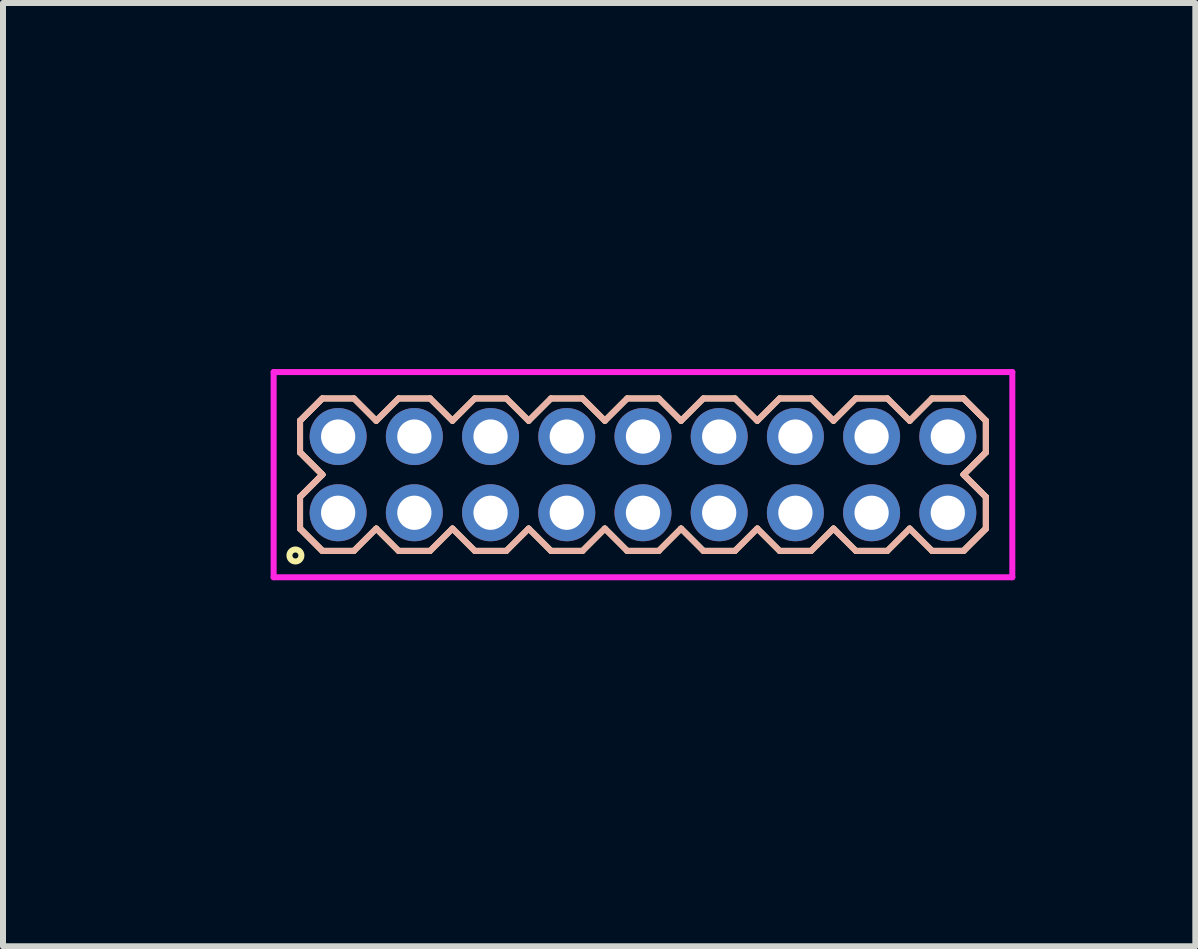
<source format=kicad_pcb>
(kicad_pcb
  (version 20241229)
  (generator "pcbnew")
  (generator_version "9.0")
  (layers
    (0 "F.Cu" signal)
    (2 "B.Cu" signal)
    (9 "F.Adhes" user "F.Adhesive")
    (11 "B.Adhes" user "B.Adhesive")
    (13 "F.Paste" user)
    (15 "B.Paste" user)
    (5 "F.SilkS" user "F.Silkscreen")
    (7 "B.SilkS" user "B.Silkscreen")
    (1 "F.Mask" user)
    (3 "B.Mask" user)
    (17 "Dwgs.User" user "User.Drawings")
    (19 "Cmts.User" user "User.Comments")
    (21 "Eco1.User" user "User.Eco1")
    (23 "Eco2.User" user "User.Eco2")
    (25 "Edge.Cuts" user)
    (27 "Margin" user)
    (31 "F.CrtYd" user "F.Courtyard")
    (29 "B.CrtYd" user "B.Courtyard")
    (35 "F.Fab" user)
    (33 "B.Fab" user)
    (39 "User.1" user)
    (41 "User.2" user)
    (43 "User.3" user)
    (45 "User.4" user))
  (footprint "HDR127P9x2"
    (layer "F.Cu")
    (at 7.665 4.86)
    (property "Reference" "HDR127P9x2" (at -6.905 0 90) (layer "User.1") (effects (font (size 1 1) (thickness 0.1))))
    (attr through_hole)
    (fp_line (start -5.715 -0.898) (end -5.343 -1.27) (stroke (width 0.1) (type solid)) (layer "F.SilkS"))
    (fp_line (start -5.715 -0.898) (end -5.343 -1.27) (stroke (width 0.1) (type solid)) (layer "F.SilkS"))
    (fp_line (start -5.715 -0.372) (end -5.715 -0.898) (stroke (width 0.1) (type solid)) (layer "F.SilkS"))
    (fp_line (start -5.715 -0.372) (end -5.715 -0.898) (stroke (width 0.1) (type solid)) (layer "F.SilkS"))
    (fp_line (start -5.715 0.372) (end -5.343 0) (stroke (width 0.1) (type solid)) (layer "F.SilkS"))
    (fp_line (start -5.715 0.372) (end -5.343 0) (stroke (width 0.1) (type solid)) (layer "F.SilkS"))
    (fp_line (start -5.715 0.898) (end -5.715 0.372) (stroke (width 0.1) (type solid)) (layer "F.SilkS"))
    (fp_line (start -5.715 0.898) (end -5.715 0.372) (stroke (width 0.1) (type solid)) (layer "F.SilkS"))
    (fp_line (start -5.343 -1.27) (end -4.817 -1.27) (stroke (width 0.1) (type solid)) (layer "F.SilkS"))
    (fp_line (start -5.343 0) (end -5.715 -0.372) (stroke (width 0.1) (type solid)) (layer "F.SilkS"))
    (fp_line (start -5.343 0) (end -5.715 -0.372) (stroke (width 0.1) (type solid)) (layer "F.SilkS"))
    (fp_line (start -5.343 1.27) (end -5.715 0.898) (stroke (width 0.1) (type solid)) (layer "F.SilkS"))
    (fp_line (start -5.343 1.27) (end -5.715 0.898) (stroke (width 0.1) (type solid)) (layer "F.SilkS"))
    (fp_line (start -4.817 -1.27) (end -4.445 -0.898) (stroke (width 0.1) (type solid)) (layer "F.SilkS"))
    (fp_line (start -4.817 1.27) (end -5.343 1.27) (stroke (width 0.1) (type solid)) (layer "F.SilkS"))
    (fp_line (start -4.445 -0.898) (end -4.073 -1.27) (stroke (width 0.1) (type solid)) (layer "F.SilkS"))
    (fp_line (start -4.445 0.898) (end -4.817 1.27) (stroke (width 0.1) (type solid)) (layer "F.SilkS"))
    (fp_line (start -4.073 -1.27) (end -3.547 -1.27) (stroke (width 0.1) (type solid)) (layer "F.SilkS"))
    (fp_line (start -4.073 1.27) (end -4.445 0.898) (stroke (width 0.1) (type solid)) (layer "F.SilkS"))
    (fp_line (start -3.547 -1.27) (end -3.175 -0.898) (stroke (width 0.1) (type solid)) (layer "F.SilkS"))
    (fp_line (start -3.547 1.27) (end -4.073 1.27) (stroke (width 0.1) (type solid)) (layer "F.SilkS"))
    (fp_line (start -3.175 -0.898) (end -2.803 -1.27) (stroke (width 0.1) (type solid)) (layer "F.SilkS"))
    (fp_line (start -3.175 0.898) (end -3.547 1.27) (stroke (width 0.1) (type solid)) (layer "F.SilkS"))
    (fp_line (start -2.803 -1.27) (end -2.277 -1.27) (stroke (width 0.1) (type solid)) (layer "F.SilkS"))
    (fp_line (start -2.803 1.27) (end -3.175 0.898) (stroke (width 0.1) (type solid)) (layer "F.SilkS"))
    (fp_line (start -2.277 -1.27) (end -1.905 -0.898) (stroke (width 0.1) (type solid)) (layer "F.SilkS"))
    (fp_line (start -2.277 1.27) (end -2.803 1.27) (stroke (width 0.1) (type solid)) (layer "F.SilkS"))
    (fp_line (start -1.905 -0.898) (end -1.533 -1.27) (stroke (width 0.1) (type solid)) (layer "F.SilkS"))
    (fp_line (start -1.905 0.898) (end -2.277 1.27) (stroke (width 0.1) (type solid)) (layer "F.SilkS"))
    (fp_line (start -1.533 -1.27) (end -1.007 -1.27) (stroke (width 0.1) (type solid)) (layer "F.SilkS"))
    (fp_line (start -1.533 1.27) (end -1.905 0.898) (stroke (width 0.1) (type solid)) (layer "F.SilkS"))
    (fp_line (start -1.007 -1.27) (end -0.635 -0.898) (stroke (width 0.1) (type solid)) (layer "F.SilkS"))
    (fp_line (start -1.007 1.27) (end -1.533 1.27) (stroke (width 0.1) (type solid)) (layer "F.SilkS"))
    (fp_line (start -0.635 -0.898) (end -0.263 -1.27) (stroke (width 0.1) (type solid)) (layer "F.SilkS"))
    (fp_line (start -0.635 0.898) (end -1.007 1.27) (stroke (width 0.1) (type solid)) (layer "F.SilkS"))
    (fp_line (start -0.263 -1.27) (end 0.263 -1.27) (stroke (width 0.1) (type solid)) (layer "F.SilkS"))
    (fp_line (start -0.263 1.27) (end -0.635 0.898) (stroke (width 0.1) (type solid)) (layer "F.SilkS"))
    (fp_line (start 0.263 -1.27) (end 0.635 -0.898) (stroke (width 0.1) (type solid)) (layer "F.SilkS"))
    (fp_line (start 0.263 1.27) (end -0.263 1.27) (stroke (width 0.1) (type solid)) (layer "F.SilkS"))
    (fp_line (start 0.635 -0.898) (end 1.007 -1.27) (stroke (width 0.1) (type solid)) (layer "F.SilkS"))
    (fp_line (start 0.635 0.898) (end 0.263 1.27) (stroke (width 0.1) (type solid)) (layer "F.SilkS"))
    (fp_line (start 1.007 -1.27) (end 1.533 -1.27) (stroke (width 0.1) (type solid)) (layer "F.SilkS"))
    (fp_line (start 1.007 1.27) (end 0.635 0.898) (stroke (width 0.1) (type solid)) (layer "F.SilkS"))
    (fp_line (start 1.533 -1.27) (end 1.905 -0.898) (stroke (width 0.1) (type solid)) (layer "F.SilkS"))
    (fp_line (start 1.533 1.27) (end 1.007 1.27) (stroke (width 0.1) (type solid)) (layer "F.SilkS"))
    (fp_line (start 1.905 -0.898) (end 2.277 -1.27) (stroke (width 0.1) (type solid)) (layer "F.SilkS"))
    (fp_line (start 1.905 0.898) (end 1.533 1.27) (stroke (width 0.1) (type solid)) (layer "F.SilkS"))
    (fp_line (start 2.277 -1.27) (end 2.803 -1.27) (stroke (width 0.1) (type solid)) (layer "F.SilkS"))
    (fp_line (start 2.277 1.27) (end 1.905 0.898) (stroke (width 0.1) (type solid)) (layer "F.SilkS"))
    (fp_line (start 2.803 -1.27) (end 3.175 -0.898) (stroke (width 0.1) (type solid)) (layer "F.SilkS"))
    (fp_line (start 2.803 1.27) (end 2.277 1.27) (stroke (width 0.1) (type solid)) (layer "F.SilkS"))
    (fp_line (start 3.175 -0.898) (end 3.547 -1.27) (stroke (width 0.1) (type solid)) (layer "F.SilkS"))
    (fp_line (start 3.175 0.898) (end 2.803 1.27) (stroke (width 0.1) (type solid)) (layer "F.SilkS"))
    (fp_line (start 3.547 -1.27) (end 4.073 -1.27) (stroke (width 0.1) (type solid)) (layer "F.SilkS"))
    (fp_line (start 3.547 1.27) (end 3.175 0.898) (stroke (width 0.1) (type solid)) (layer "F.SilkS"))
    (fp_line (start 4.073 -1.27) (end 4.445 -0.898) (stroke (width 0.1) (type solid)) (layer "F.SilkS"))
    (fp_line (start 4.073 1.27) (end 3.547 1.27) (stroke (width 0.1) (type solid)) (layer "F.SilkS"))
    (fp_line (start 4.445 -0.898) (end 4.817 -1.27) (stroke (width 0.1) (type solid)) (layer "F.SilkS"))
    (fp_line (start 4.445 0.898) (end 4.073 1.27) (stroke (width 0.1) (type solid)) (layer "F.SilkS"))
    (fp_line (start 4.817 -1.27) (end 5.343 -1.27) (stroke (width 0.1) (type solid)) (layer "F.SilkS"))
    (fp_line (start 4.817 1.27) (end 4.445 0.898) (stroke (width 0.1) (type solid)) (layer "F.SilkS"))
    (fp_line (start 5.343 -1.27) (end 5.715 -0.898) (stroke (width 0.1) (type solid)) (layer "F.SilkS"))
    (fp_line (start 5.343 -1.27) (end 5.715 -0.898) (stroke (width 0.1) (type solid)) (layer "F.SilkS"))
    (fp_line (start 5.343 0) (end 5.715 0.372) (stroke (width 0.1) (type solid)) (layer "F.SilkS"))
    (fp_line (start 5.343 0) (end 5.715 0.372) (stroke (width 0.1) (type solid)) (layer "F.SilkS"))
    (fp_line (start 5.343 1.27) (end 4.817 1.27) (stroke (width 0.1) (type solid)) (layer "F.SilkS"))
    (fp_line (start 5.715 -0.898) (end 5.715 -0.372) (stroke (width 0.1) (type solid)) (layer "F.SilkS"))
    (fp_line (start 5.715 -0.898) (end 5.715 -0.372) (stroke (width 0.1) (type solid)) (layer "F.SilkS"))
    (fp_line (start 5.715 -0.372) (end 5.343 0) (stroke (width 0.1) (type solid)) (layer "F.SilkS"))
    (fp_line (start 5.715 -0.372) (end 5.343 0) (stroke (width 0.1) (type solid)) (layer "F.SilkS"))
    (fp_line (start 5.715 0.372) (end 5.715 0.898) (stroke (width 0.1) (type solid)) (layer "F.SilkS"))
    (fp_line (start 5.715 0.372) (end 5.715 0.898) (stroke (width 0.1) (type solid)) (layer "F.SilkS"))
    (fp_line (start 5.715 0.898) (end 5.343 1.27) (stroke (width 0.1) (type solid)) (layer "F.SilkS"))
    (fp_line (start 5.715 0.898) (end 5.343 1.27) (stroke (width 0.1) (type solid)) (layer "F.SilkS"))
    (fp_circle (center -5.792 1.347) (end -5.692 1.347) (stroke (width 0.1) (type solid)) (fill no) (layer "F.SilkS"))
    (fp_line (start -5.715 -0.898) (end -5.343 -1.27) (stroke (width 0.1) (type solid)) (layer "B.SilkS"))
    (fp_line (start -5.715 -0.898) (end -5.343 -1.27) (stroke (width 0.1) (type solid)) (layer "B.SilkS"))
    (fp_line (start -5.715 -0.372) (end -5.715 -0.898) (stroke (width 0.1) (type solid)) (layer "B.SilkS"))
    (fp_line (start -5.715 -0.372) (end -5.715 -0.898) (stroke (width 0.1) (type solid)) (layer "B.SilkS"))
    (fp_line (start -5.715 0.372) (end -5.343 0) (stroke (width 0.1) (type solid)) (layer "B.SilkS"))
    (fp_line (start -5.715 0.372) (end -5.343 0) (stroke (width 0.1) (type solid)) (layer "B.SilkS"))
    (fp_line (start -5.715 0.898) (end -5.715 0.372) (stroke (width 0.1) (type solid)) (layer "B.SilkS"))
    (fp_line (start -5.715 0.898) (end -5.715 0.372) (stroke (width 0.1) (type solid)) (layer "B.SilkS"))
    (fp_line (start -5.343 -1.27) (end -4.817 -1.27) (stroke (width 0.1) (type solid)) (layer "B.SilkS"))
    (fp_line (start -5.343 0) (end -5.715 -0.372) (stroke (width 0.1) (type solid)) (layer "B.SilkS"))
    (fp_line (start -5.343 0) (end -5.715 -0.372) (stroke (width 0.1) (type solid)) (layer "B.SilkS"))
    (fp_line (start -5.343 1.27) (end -5.715 0.898) (stroke (width 0.1) (type solid)) (layer "B.SilkS"))
    (fp_line (start -5.343 1.27) (end -5.715 0.898) (stroke (width 0.1) (type solid)) (layer "B.SilkS"))
    (fp_line (start -4.817 -1.27) (end -4.445 -0.898) (stroke (width 0.1) (type solid)) (layer "B.SilkS"))
    (fp_line (start -4.817 1.27) (end -5.343 1.27) (stroke (width 0.1) (type solid)) (layer "B.SilkS"))
    (fp_line (start -4.445 -0.898) (end -4.073 -1.27) (stroke (width 0.1) (type solid)) (layer "B.SilkS"))
    (fp_line (start -4.445 0.898) (end -4.817 1.27) (stroke (width 0.1) (type solid)) (layer "B.SilkS"))
    (fp_line (start -4.073 -1.27) (end -3.547 -1.27) (stroke (width 0.1) (type solid)) (layer "B.SilkS"))
    (fp_line (start -4.073 1.27) (end -4.445 0.898) (stroke (width 0.1) (type solid)) (layer "B.SilkS"))
    (fp_line (start -3.547 -1.27) (end -3.175 -0.898) (stroke (width 0.1) (type solid)) (layer "B.SilkS"))
    (fp_line (start -3.547 1.27) (end -4.073 1.27) (stroke (width 0.1) (type solid)) (layer "B.SilkS"))
    (fp_line (start -3.175 -0.898) (end -2.803 -1.27) (stroke (width 0.1) (type solid)) (layer "B.SilkS"))
    (fp_line (start -3.175 0.898) (end -3.547 1.27) (stroke (width 0.1) (type solid)) (layer "B.SilkS"))
    (fp_line (start -2.803 -1.27) (end -2.277 -1.27) (stroke (width 0.1) (type solid)) (layer "B.SilkS"))
    (fp_line (start -2.803 1.27) (end -3.175 0.898) (stroke (width 0.1) (type solid)) (layer "B.SilkS"))
    (fp_line (start -2.277 -1.27) (end -1.905 -0.898) (stroke (width 0.1) (type solid)) (layer "B.SilkS"))
    (fp_line (start -2.277 1.27) (end -2.803 1.27) (stroke (width 0.1) (type solid)) (layer "B.SilkS"))
    (fp_line (start -1.905 -0.898) (end -1.533 -1.27) (stroke (width 0.1) (type solid)) (layer "B.SilkS"))
    (fp_line (start -1.905 0.898) (end -2.277 1.27) (stroke (width 0.1) (type solid)) (layer "B.SilkS"))
    (fp_line (start -1.533 -1.27) (end -1.007 -1.27) (stroke (width 0.1) (type solid)) (layer "B.SilkS"))
    (fp_line (start -1.533 1.27) (end -1.905 0.898) (stroke (width 0.1) (type solid)) (layer "B.SilkS"))
    (fp_line (start -1.007 -1.27) (end -0.635 -0.898) (stroke (width 0.1) (type solid)) (layer "B.SilkS"))
    (fp_line (start -1.007 1.27) (end -1.533 1.27) (stroke (width 0.1) (type solid)) (layer "B.SilkS"))
    (fp_line (start -0.635 -0.898) (end -0.263 -1.27) (stroke (width 0.1) (type solid)) (layer "B.SilkS"))
    (fp_line (start -0.635 0.898) (end -1.007 1.27) (stroke (width 0.1) (type solid)) (layer "B.SilkS"))
    (fp_line (start -0.263 -1.27) (end 0.263 -1.27) (stroke (width 0.1) (type solid)) (layer "B.SilkS"))
    (fp_line (start -0.263 1.27) (end -0.635 0.898) (stroke (width 0.1) (type solid)) (layer "B.SilkS"))
    (fp_line (start 0.263 -1.27) (end 0.635 -0.898) (stroke (width 0.1) (type solid)) (layer "B.SilkS"))
    (fp_line (start 0.263 1.27) (end -0.263 1.27) (stroke (width 0.1) (type solid)) (layer "B.SilkS"))
    (fp_line (start 0.635 -0.898) (end 1.007 -1.27) (stroke (width 0.1) (type solid)) (layer "B.SilkS"))
    (fp_line (start 0.635 0.898) (end 0.263 1.27) (stroke (width 0.1) (type solid)) (layer "B.SilkS"))
    (fp_line (start 1.007 -1.27) (end 1.533 -1.27) (stroke (width 0.1) (type solid)) (layer "B.SilkS"))
    (fp_line (start 1.007 1.27) (end 0.635 0.898) (stroke (width 0.1) (type solid)) (layer "B.SilkS"))
    (fp_line (start 1.533 -1.27) (end 1.905 -0.898) (stroke (width 0.1) (type solid)) (layer "B.SilkS"))
    (fp_line (start 1.533 1.27) (end 1.007 1.27) (stroke (width 0.1) (type solid)) (layer "B.SilkS"))
    (fp_line (start 1.905 -0.898) (end 2.277 -1.27) (stroke (width 0.1) (type solid)) (layer "B.SilkS"))
    (fp_line (start 1.905 0.898) (end 1.533 1.27) (stroke (width 0.1) (type solid)) (layer "B.SilkS"))
    (fp_line (start 2.277 -1.27) (end 2.803 -1.27) (stroke (width 0.1) (type solid)) (layer "B.SilkS"))
    (fp_line (start 2.277 1.27) (end 1.905 0.898) (stroke (width 0.1) (type solid)) (layer "B.SilkS"))
    (fp_line (start 2.803 -1.27) (end 3.175 -0.898) (stroke (width 0.1) (type solid)) (layer "B.SilkS"))
    (fp_line (start 2.803 1.27) (end 2.277 1.27) (stroke (width 0.1) (type solid)) (layer "B.SilkS"))
    (fp_line (start 3.175 -0.898) (end 3.547 -1.27) (stroke (width 0.1) (type solid)) (layer "B.SilkS"))
    (fp_line (start 3.175 0.898) (end 2.803 1.27) (stroke (width 0.1) (type solid)) (layer "B.SilkS"))
    (fp_line (start 3.547 -1.27) (end 4.073 -1.27) (stroke (width 0.1) (type solid)) (layer "B.SilkS"))
    (fp_line (start 3.547 1.27) (end 3.175 0.898) (stroke (width 0.1) (type solid)) (layer "B.SilkS"))
    (fp_line (start 4.073 -1.27) (end 4.445 -0.898) (stroke (width 0.1) (type solid)) (layer "B.SilkS"))
    (fp_line (start 4.073 1.27) (end 3.547 1.27) (stroke (width 0.1) (type solid)) (layer "B.SilkS"))
    (fp_line (start 4.445 -0.898) (end 4.817 -1.27) (stroke (width 0.1) (type solid)) (layer "B.SilkS"))
    (fp_line (start 4.445 0.898) (end 4.073 1.27) (stroke (width 0.1) (type solid)) (layer "B.SilkS"))
    (fp_line (start 4.817 -1.27) (end 5.343 -1.27) (stroke (width 0.1) (type solid)) (layer "B.SilkS"))
    (fp_line (start 4.817 1.27) (end 4.445 0.898) (stroke (width 0.1) (type solid)) (layer "B.SilkS"))
    (fp_line (start 5.343 -1.27) (end 5.715 -0.898) (stroke (width 0.1) (type solid)) (layer "B.SilkS"))
    (fp_line (start 5.343 -1.27) (end 5.715 -0.898) (stroke (width 0.1) (type solid)) (layer "B.SilkS"))
    (fp_line (start 5.343 0) (end 5.715 0.372) (stroke (width 0.1) (type solid)) (layer "B.SilkS"))
    (fp_line (start 5.343 0) (end 5.715 0.372) (stroke (width 0.1) (type solid)) (layer "B.SilkS"))
    (fp_line (start 5.343 1.27) (end 4.817 1.27) (stroke (width 0.1) (type solid)) (layer "B.SilkS"))
    (fp_line (start 5.715 -0.898) (end 5.715 -0.372) (stroke (width 0.1) (type solid)) (layer "B.SilkS"))
    (fp_line (start 5.715 -0.898) (end 5.715 -0.372) (stroke (width 0.1) (type solid)) (layer "B.SilkS"))
    (fp_line (start 5.715 -0.372) (end 5.343 0) (stroke (width 0.1) (type solid)) (layer "B.SilkS"))
    (fp_line (start 5.715 -0.372) (end 5.343 0) (stroke (width 0.1) (type solid)) (layer "B.SilkS"))
    (fp_line (start 5.715 0.372) (end 5.715 0.898) (stroke (width 0.1) (type solid)) (layer "B.SilkS"))
    (fp_line (start 5.715 0.372) (end 5.715 0.898) (stroke (width 0.1) (type solid)) (layer "B.SilkS"))
    (fp_line (start 5.715 0.898) (end 5.343 1.27) (stroke (width 0.1) (type solid)) (layer "B.SilkS"))
    (fp_line (start 5.715 0.898) (end 5.343 1.27) (stroke (width 0.1) (type solid)) (layer "B.SilkS"))
    (fp_line (start -6.155 -1.71) (end -6.155 1.71) (stroke (width 0.1) (type solid)) (layer "F.CrtYd"))
    (fp_line (start -6.155 1.71) (end 6.155 1.71) (stroke (width 0.1) (type solid)) (layer "F.CrtYd"))
    (fp_line (start 6.155 -1.71) (end -6.155 -1.71) (stroke (width 0.1) (type solid)) (layer "F.CrtYd"))
    (fp_line (start 6.155 1.71) (end 6.155 -1.71) (stroke (width 0.1) (type solid)) (layer "F.CrtYd"))
    (pad "1" thru_hole oval (at -5.08 0.635) (size 0.95 0.95) (drill 0.57) (layers "*.Cu" "*.Mask"))
    (pad "2" thru_hole oval (at -5.08 -0.635) (size 0.95 0.95) (drill 0.57) (layers "*.Cu" "*.Mask"))
    (pad "3" thru_hole oval (at -3.81 0.635) (size 0.95 0.95) (drill 0.57) (layers "*.Cu" "*.Mask"))
    (pad "4" thru_hole oval (at -3.81 -0.635) (size 0.95 0.95) (drill 0.57) (layers "*.Cu" "*.Mask"))
    (pad "5" thru_hole oval (at -2.54 0.635) (size 0.95 0.95) (drill 0.57) (layers "*.Cu" "*.Mask"))
    (pad "6" thru_hole oval (at -2.54 -0.635) (size 0.95 0.95) (drill 0.57) (layers "*.Cu" "*.Mask"))
    (pad "7" thru_hole oval (at -1.27 0.635) (size 0.95 0.95) (drill 0.57) (layers "*.Cu" "*.Mask"))
    (pad "8" thru_hole oval (at -1.27 -0.635) (size 0.95 0.95) (drill 0.57) (layers "*.Cu" "*.Mask"))
    (pad "9" thru_hole oval (at 0 0.635) (size 0.95 0.95) (drill 0.57) (layers "*.Cu" "*.Mask"))
    (pad "10" thru_hole oval (at 0 -0.635) (size 0.95 0.95) (drill 0.57) (layers "*.Cu" "*.Mask"))
    (pad "11" thru_hole oval (at 1.27 0.635) (size 0.95 0.95) (drill 0.57) (layers "*.Cu" "*.Mask"))
    (pad "12" thru_hole oval (at 1.27 -0.635) (size 0.95 0.95) (drill 0.57) (layers "*.Cu" "*.Mask"))
    (pad "13" thru_hole oval (at 2.54 0.635) (size 0.95 0.95) (drill 0.57) (layers "*.Cu" "*.Mask"))
    (pad "14" thru_hole oval (at 2.54 -0.635) (size 0.95 0.95) (drill 0.57) (layers "*.Cu" "*.Mask"))
    (pad "15" thru_hole oval (at 3.81 0.635) (size 0.95 0.95) (drill 0.57) (layers "*.Cu" "*.Mask"))
    (pad "16" thru_hole oval (at 3.81 -0.635) (size 0.95 0.95) (drill 0.57) (layers "*.Cu" "*.Mask"))
    (pad "17" thru_hole oval (at 5.08 0.635) (size 0.95 0.95) (drill 0.57) (layers "*.Cu" "*.Mask"))
    (pad "18" thru_hole oval (at 5.08 -0.635) (size 0.95 0.95) (drill 0.57) (layers "*.Cu" "*.Mask")))
  (gr_rect
    (start -3 -3)
    (end 16.87 12.719)
    (stroke (width 0.1) (type default))
    (fill no)
    (layer "Edge.Cuts")))
</source>
